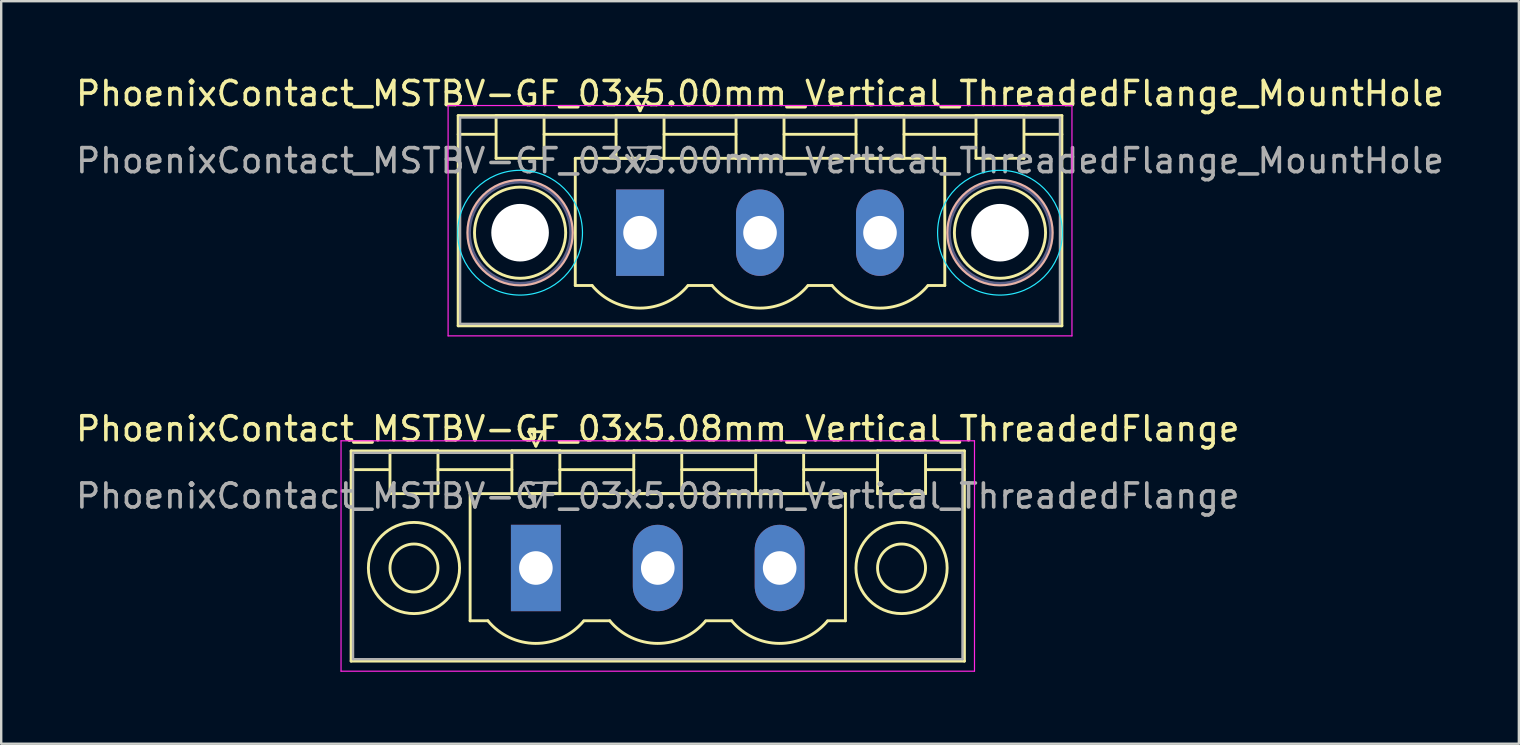
<source format=kicad_pcb>
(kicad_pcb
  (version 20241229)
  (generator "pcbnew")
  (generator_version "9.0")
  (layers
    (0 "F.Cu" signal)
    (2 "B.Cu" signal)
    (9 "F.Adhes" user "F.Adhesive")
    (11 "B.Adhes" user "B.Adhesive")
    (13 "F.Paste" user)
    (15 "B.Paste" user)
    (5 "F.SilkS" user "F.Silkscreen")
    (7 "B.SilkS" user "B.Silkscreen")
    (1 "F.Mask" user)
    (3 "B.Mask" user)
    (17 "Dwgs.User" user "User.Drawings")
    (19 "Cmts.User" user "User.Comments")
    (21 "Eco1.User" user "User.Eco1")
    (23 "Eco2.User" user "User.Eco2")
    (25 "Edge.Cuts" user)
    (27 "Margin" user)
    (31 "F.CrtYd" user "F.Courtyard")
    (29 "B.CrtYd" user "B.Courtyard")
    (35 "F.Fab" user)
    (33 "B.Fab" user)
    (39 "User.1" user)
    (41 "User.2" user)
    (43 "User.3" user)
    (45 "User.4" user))
  (footprint "PhoenixContact_MSTBV-GF_03x5.08mm_Vertical_ThreadedFlange"
    (layer "F.Cu")
    (at 19.283 20.622)
    (property "Reference" "PhoenixContact_MSTBV-GF_03x5.08mm_Vertical_ThreadedFlange" (at 5.08 -5.8 0) (layer "F.SilkS") (effects (font (size 1 1) (thickness 0.15))))
    (attr through_hole)
    (fp_line (start -7.7 -4.88) (end -7.7 3.88) (stroke (width 0.12) (type solid)) (layer "F.SilkS"))
    (fp_line (start -7.7 -4.1) (end -6.16 -4.1) (stroke (width 0.12) (type solid)) (layer "F.SilkS"))
    (fp_line (start -7.7 3.88) (end 17.86 3.88) (stroke (width 0.12) (type solid)) (layer "F.SilkS"))
    (fp_line (start -6.08 -4.88) (end -4.08 -4.88) (stroke (width 0.12) (type solid)) (layer "F.SilkS"))
    (fp_line (start -6.08 -3.1) (end -6.08 -4.88) (stroke (width 0.12) (type solid)) (layer "F.SilkS"))
    (fp_line (start -4.08 -4.88) (end -4.08 -3.1) (stroke (width 0.12) (type solid)) (layer "F.SilkS"))
    (fp_line (start -4.08 -4.1) (end -1 -4.1) (stroke (width 0.12) (type solid)) (layer "F.SilkS"))
    (fp_line (start -4.08 -3.1) (end -6.08 -3.1) (stroke (width 0.12) (type solid)) (layer "F.SilkS"))
    (fp_line (start -2.74 -3.1) (end 12.9 -3.1) (stroke (width 0.12) (type solid)) (layer "F.SilkS"))
    (fp_line (start -2.74 2.2) (end -2.74 -3.1) (stroke (width 0.12) (type solid)) (layer "F.SilkS"))
    (fp_line (start -2 2.2) (end -2.74 2.2) (stroke (width 0.12) (type solid)) (layer "F.SilkS"))
    (fp_line (start -1 -4.88) (end 1 -4.88) (stroke (width 0.12) (type solid)) (layer "F.SilkS"))
    (fp_line (start -1 -3.1) (end -1 -4.88) (stroke (width 0.12) (type solid)) (layer "F.SilkS"))
    (fp_line (start -0.3 -5.68) (end 0.3 -5.68) (stroke (width 0.12) (type solid)) (layer "F.SilkS"))
    (fp_line (start 0 -5.08) (end -0.3 -5.68) (stroke (width 0.12) (type solid)) (layer "F.SilkS"))
    (fp_line (start 0.3 -5.68) (end 0 -5.08) (stroke (width 0.12) (type solid)) (layer "F.SilkS"))
    (fp_line (start 1 -4.88) (end 1 -3.1) (stroke (width 0.12) (type solid)) (layer "F.SilkS"))
    (fp_line (start 1 -4.1) (end 4.08 -4.1) (stroke (width 0.12) (type solid)) (layer "F.SilkS"))
    (fp_line (start 1 -3.1) (end -1 -3.1) (stroke (width 0.12) (type solid)) (layer "F.SilkS"))
    (fp_line (start 2 2.2) (end 3.08 2.2) (stroke (width 0.12) (type solid)) (layer "F.SilkS"))
    (fp_line (start 4.08 -4.88) (end 6.08 -4.88) (stroke (width 0.12) (type solid)) (layer "F.SilkS"))
    (fp_line (start 4.08 -3.1) (end 4.08 -4.88) (stroke (width 0.12) (type solid)) (layer "F.SilkS"))
    (fp_line (start 6.08 -4.88) (end 6.08 -3.1) (stroke (width 0.12) (type solid)) (layer "F.SilkS"))
    (fp_line (start 6.08 -4.1) (end 9.16 -4.1) (stroke (width 0.12) (type solid)) (layer "F.SilkS"))
    (fp_line (start 6.08 -3.1) (end 4.08 -3.1) (stroke (width 0.12) (type solid)) (layer "F.SilkS"))
    (fp_line (start 7.08 2.2) (end 8.16 2.2) (stroke (width 0.12) (type solid)) (layer "F.SilkS"))
    (fp_line (start 9.16 -4.88) (end 11.16 -4.88) (stroke (width 0.12) (type solid)) (layer "F.SilkS"))
    (fp_line (start 9.16 -3.1) (end 9.16 -4.88) (stroke (width 0.12) (type solid)) (layer "F.SilkS"))
    (fp_line (start 11.16 -4.88) (end 11.16 -3.1) (stroke (width 0.12) (type solid)) (layer "F.SilkS"))
    (fp_line (start 11.16 -4.1) (end 14.24 -4.1) (stroke (width 0.12) (type solid)) (layer "F.SilkS"))
    (fp_line (start 11.16 -3.1) (end 9.16 -3.1) (stroke (width 0.12) (type solid)) (layer "F.SilkS"))
    (fp_line (start 12.9 -3.1) (end 12.9 2.2) (stroke (width 0.12) (type solid)) (layer "F.SilkS"))
    (fp_line (start 12.9 2.2) (end 12.16 2.2) (stroke (width 0.12) (type solid)) (layer "F.SilkS"))
    (fp_line (start 14.24 -4.88) (end 16.24 -4.88) (stroke (width 0.12) (type solid)) (layer "F.SilkS"))
    (fp_line (start 14.24 -3.1) (end 14.24 -4.88) (stroke (width 0.12) (type solid)) (layer "F.SilkS"))
    (fp_line (start 16.24 -4.88) (end 16.24 -3.1) (stroke (width 0.12) (type solid)) (layer "F.SilkS"))
    (fp_line (start 16.24 -3.1) (end 14.24 -3.1) (stroke (width 0.12) (type solid)) (layer "F.SilkS"))
    (fp_line (start 17.86 -4.88) (end -7.7 -4.88) (stroke (width 0.12) (type solid)) (layer "F.SilkS"))
    (fp_line (start 17.86 -4.1) (end 16.32 -4.1) (stroke (width 0.12) (type solid)) (layer "F.SilkS"))
    (fp_line (start 17.86 3.88) (end 17.86 -4.88) (stroke (width 0.12) (type solid)) (layer "F.SilkS"))
    (fp_arc (start 1.986842 2.215821) (mid -0.010289 3.142758) (end -2 2.2) (stroke (width 0.12) (type solid)) (layer "F.SilkS"))
    (fp_arc (start 7.066842 2.215821) (mid 5.069711 3.142758) (end 3.08 2.2) (stroke (width 0.12) (type solid)) (layer "F.SilkS"))
    (fp_arc (start 12.146842 2.215821) (mid 10.149711 3.142758) (end 8.16 2.2) (stroke (width 0.12) (type solid)) (layer "F.SilkS"))
    (fp_circle (center -5.08 0) (end -4.08 0) (stroke (width 0.12) (type solid)) (fill no) (layer "F.SilkS"))
    (fp_circle (center -5.08 0) (end -3.18 0) (stroke (width 0.12) (type solid)) (fill no) (layer "F.SilkS"))
    (fp_circle (center 15.24 0) (end 16.24 0) (stroke (width 0.12) (type solid)) (fill no) (layer "F.SilkS"))
    (fp_circle (center 15.24 0) (end 17.14 0) (stroke (width 0.12) (type solid)) (fill no) (layer "F.SilkS"))
    (fp_line (start -8.12 -5.3) (end -8.12 4.3) (stroke (width 0.05) (type solid)) (layer "F.CrtYd"))
    (fp_line (start -8.12 4.3) (end 18.28 4.3) (stroke (width 0.05) (type solid)) (layer "F.CrtYd"))
    (fp_line (start 18.28 -5.3) (end -8.12 -5.3) (stroke (width 0.05) (type solid)) (layer "F.CrtYd"))
    (fp_line (start 18.28 4.3) (end 18.28 -5.3) (stroke (width 0.05) (type solid)) (layer "F.CrtYd"))
    (fp_line (start -7.62 -4.8) (end -7.62 3.8) (stroke (width 0.1) (type solid)) (layer "F.Fab"))
    (fp_line (start -7.62 3.8) (end 17.78 3.8) (stroke (width 0.1) (type solid)) (layer "F.Fab"))
    (fp_line (start -0.5 -3.55) (end 0.5 -3.55) (stroke (width 0.1) (type solid)) (layer "F.Fab"))
    (fp_line (start 0 -2.55) (end -0.5 -3.55) (stroke (width 0.1) (type solid)) (layer "F.Fab"))
    (fp_line (start 0.5 -3.55) (end 0 -2.55) (stroke (width 0.1) (type solid)) (layer "F.Fab"))
    (fp_line (start 17.78 -4.8) (end -7.62 -4.8) (stroke (width 0.1) (type solid)) (layer "F.Fab"))
    (fp_line (start 17.78 3.8) (end 17.78 -4.8) (stroke (width 0.1) (type solid)) (layer "F.Fab"))
    (fp_text user "${REFERENCE}" (at 5.08 -3 0) (layer "F.Fab") (effects (font (size 1 1) (thickness 0.15))))
    (pad "1" thru_hole rect (at 0 0) (size 2.08 3.6) (drill 1.4) (layers "*.Cu" "*.Mask"))
    (pad "2" thru_hole oval (at 5.08 0) (size 2.08 3.6) (drill 1.4) (layers "*.Cu" "*.Mask"))
    (pad "3" thru_hole oval (at 10.16 0) (size 2.08 3.6) (drill 1.4) (layers "*.Cu" "*.Mask")))
  (footprint "PhoenixContact_MSTBV-GF_03x5.00mm_Vertical_ThreadedFlange_MountHole"
    (layer "F.Cu")
    (at 23.625 6.648)
    (property "Reference" "PhoenixContact_MSTBV-GF_03x5.00mm_Vertical_ThreadedFlange_MountHole" (at 5 -5.8 0) (layer "F.SilkS") (effects (font (size 1 1) (thickness 0.15))))
    (attr through_hole)
    (fp_line (start -7.58 -4.88) (end -7.58 3.88) (stroke (width 0.12) (type solid)) (layer "F.SilkS"))
    (fp_line (start -7.58 -4.1) (end -6.08 -4.1) (stroke (width 0.12) (type solid)) (layer "F.SilkS"))
    (fp_line (start -7.58 3.88) (end 17.58 3.88) (stroke (width 0.12) (type solid)) (layer "F.SilkS"))
    (fp_line (start -6 -4.88) (end -4 -4.88) (stroke (width 0.12) (type solid)) (layer "F.SilkS"))
    (fp_line (start -6 -3.1) (end -6 -4.88) (stroke (width 0.12) (type solid)) (layer "F.SilkS"))
    (fp_line (start -4 -4.88) (end -4 -3.1) (stroke (width 0.12) (type solid)) (layer "F.SilkS"))
    (fp_line (start -4 -4.1) (end -1 -4.1) (stroke (width 0.12) (type solid)) (layer "F.SilkS"))
    (fp_line (start -4 -3.1) (end -6 -3.1) (stroke (width 0.12) (type solid)) (layer "F.SilkS"))
    (fp_line (start -2.7 -3.1) (end 12.7 -3.1) (stroke (width 0.12) (type solid)) (layer "F.SilkS"))
    (fp_line (start -2.7 2.2) (end -2.7 -3.1) (stroke (width 0.12) (type solid)) (layer "F.SilkS"))
    (fp_line (start -2 2.2) (end -2.7 2.2) (stroke (width 0.12) (type solid)) (layer "F.SilkS"))
    (fp_line (start -1 -4.88) (end 1 -4.88) (stroke (width 0.12) (type solid)) (layer "F.SilkS"))
    (fp_line (start -1 -3.1) (end -1 -4.88) (stroke (width 0.12) (type solid)) (layer "F.SilkS"))
    (fp_line (start -0.3 -5.68) (end 0.3 -5.68) (stroke (width 0.12) (type solid)) (layer "F.SilkS"))
    (fp_line (start 0 -5.08) (end -0.3 -5.68) (stroke (width 0.12) (type solid)) (layer "F.SilkS"))
    (fp_line (start 0.3 -5.68) (end 0 -5.08) (stroke (width 0.12) (type solid)) (layer "F.SilkS"))
    (fp_line (start 1 -4.88) (end 1 -3.1) (stroke (width 0.12) (type solid)) (layer "F.SilkS"))
    (fp_line (start 1 -4.1) (end 4 -4.1) (stroke (width 0.12) (type solid)) (layer "F.SilkS"))
    (fp_line (start 1 -3.1) (end -1 -3.1) (stroke (width 0.12) (type solid)) (layer "F.SilkS"))
    (fp_line (start 2 2.2) (end 3 2.2) (stroke (width 0.12) (type solid)) (layer "F.SilkS"))
    (fp_line (start 4 -4.88) (end 6 -4.88) (stroke (width 0.12) (type solid)) (layer "F.SilkS"))
    (fp_line (start 4 -3.1) (end 4 -4.88) (stroke (width 0.12) (type solid)) (layer "F.SilkS"))
    (fp_line (start 6 -4.88) (end 6 -3.1) (stroke (width 0.12) (type solid)) (layer "F.SilkS"))
    (fp_line (start 6 -4.1) (end 9 -4.1) (stroke (width 0.12) (type solid)) (layer "F.SilkS"))
    (fp_line (start 6 -3.1) (end 4 -3.1) (stroke (width 0.12) (type solid)) (layer "F.SilkS"))
    (fp_line (start 7 2.2) (end 8 2.2) (stroke (width 0.12) (type solid)) (layer "F.SilkS"))
    (fp_line (start 9 -4.88) (end 11 -4.88) (stroke (width 0.12) (type solid)) (layer "F.SilkS"))
    (fp_line (start 9 -3.1) (end 9 -4.88) (stroke (width 0.12) (type solid)) (layer "F.SilkS"))
    (fp_line (start 11 -4.88) (end 11 -3.1) (stroke (width 0.12) (type solid)) (layer "F.SilkS"))
    (fp_line (start 11 -4.1) (end 14 -4.1) (stroke (width 0.12) (type solid)) (layer "F.SilkS"))
    (fp_line (start 11 -3.1) (end 9 -3.1) (stroke (width 0.12) (type solid)) (layer "F.SilkS"))
    (fp_line (start 12.7 -3.1) (end 12.7 2.2) (stroke (width 0.12) (type solid)) (layer "F.SilkS"))
    (fp_line (start 12.7 2.2) (end 12 2.2) (stroke (width 0.12) (type solid)) (layer "F.SilkS"))
    (fp_line (start 14 -4.88) (end 16 -4.88) (stroke (width 0.12) (type solid)) (layer "F.SilkS"))
    (fp_line (start 14 -3.1) (end 14 -4.88) (stroke (width 0.12) (type solid)) (layer "F.SilkS"))
    (fp_line (start 16 -4.88) (end 16 -3.1) (stroke (width 0.12) (type solid)) (layer "F.SilkS"))
    (fp_line (start 16 -3.1) (end 14 -3.1) (stroke (width 0.12) (type solid)) (layer "F.SilkS"))
    (fp_line (start 17.58 -4.88) (end -7.58 -4.88) (stroke (width 0.12) (type solid)) (layer "F.SilkS"))
    (fp_line (start 17.58 -4.1) (end 16.08 -4.1) (stroke (width 0.12) (type solid)) (layer "F.SilkS"))
    (fp_line (start 17.58 3.88) (end 17.58 -4.88) (stroke (width 0.12) (type solid)) (layer "F.SilkS"))
    (fp_arc (start 1.986842 2.215821) (mid -0.010289 3.142758) (end -2 2.2) (stroke (width 0.12) (type solid)) (layer "F.SilkS"))
    (fp_arc (start 6.986842 2.215821) (mid 4.989711 3.142758) (end 3 2.2) (stroke (width 0.12) (type solid)) (layer "F.SilkS"))
    (fp_arc (start 11.986842 2.215821) (mid 9.989711 3.142758) (end 8 2.2) (stroke (width 0.12) (type solid)) (layer "F.SilkS"))
    (fp_circle (center -5 0) (end -3.1 0) (stroke (width 0.12) (type solid)) (fill no) (layer "F.SilkS"))
    (fp_circle (center 15 0) (end 16.9 0) (stroke (width 0.12) (type solid)) (fill no) (layer "F.SilkS"))
    (fp_circle (center -5 0) (end -2.82 0) (stroke (width 0.12) (type solid)) (fill no) (layer "B.SilkS"))
    (fp_circle (center 15 0) (end 17.18 0) (stroke (width 0.12) (type solid)) (fill no) (layer "B.SilkS"))
    (fp_circle (center -5 0) (end -2.4 0) (stroke (width 0.05) (type solid)) (fill no) (layer "B.CrtYd"))
    (fp_circle (center 15 0) (end 17.6 0) (stroke (width 0.05) (type solid)) (fill no) (layer "B.CrtYd"))
    (fp_line (start -8 -5.3) (end -8 4.3) (stroke (width 0.05) (type solid)) (layer "F.CrtYd"))
    (fp_line (start -8 4.3) (end 18 4.3) (stroke (width 0.05) (type solid)) (layer "F.CrtYd"))
    (fp_line (start 18 -5.3) (end -8 -5.3) (stroke (width 0.05) (type solid)) (layer "F.CrtYd"))
    (fp_line (start 18 4.3) (end 18 -5.3) (stroke (width 0.05) (type solid)) (layer "F.CrtYd"))
    (fp_circle (center -5 0) (end -2.9 0) (stroke (width 0.1) (type solid)) (fill no) (layer "B.Fab"))
    (fp_circle (center 15 0) (end 17.1 0) (stroke (width 0.1) (type solid)) (fill no) (layer "B.Fab"))
    (fp_line (start -7.5 -4.8) (end -7.5 3.8) (stroke (width 0.1) (type solid)) (layer "F.Fab"))
    (fp_line (start -7.5 3.8) (end 17.5 3.8) (stroke (width 0.1) (type solid)) (layer "F.Fab"))
    (fp_line (start -0.5 -3.55) (end 0.5 -3.55) (stroke (width 0.1) (type solid)) (layer "F.Fab"))
    (fp_line (start 0 -2.55) (end -0.5 -3.55) (stroke (width 0.1) (type solid)) (layer "F.Fab"))
    (fp_line (start 0.5 -3.55) (end 0 -2.55) (stroke (width 0.1) (type solid)) (layer "F.Fab"))
    (fp_line (start 17.5 -4.8) (end -7.5 -4.8) (stroke (width 0.1) (type solid)) (layer "F.Fab"))
    (fp_line (start 17.5 3.8) (end 17.5 -4.8) (stroke (width 0.1) (type solid)) (layer "F.Fab"))
    (fp_text user "${REFERENCE}" (at 5 -3 0) (layer "F.Fab") (effects (font (size 1 1) (thickness 0.15))))
    (pad "" np_thru_hole circle (at -5 0) (size 2.4 2.4) (drill 2.4) (layers "*.Cu" "*.Mask"))
    (pad "" np_thru_hole circle (at 15 0) (size 2.4 2.4) (drill 2.4) (layers "*.Cu" "*.Mask"))
    (pad "1" thru_hole rect (at 0 0) (size 2 3.6) (drill 1.4) (layers "*.Cu" "*.Mask"))
    (pad "2" thru_hole oval (at 5 0) (size 2 3.6) (drill 1.4) (layers "*.Cu" "*.Mask"))
    (pad "3" thru_hole oval (at 10 0) (size 2 3.6) (drill 1.4) (layers "*.Cu" "*.Mask")))
  (gr_rect
    (start -3 -3)
    (end 60.25 27.947)
    (stroke (width 0.1) (type default))
    (fill no)
    (layer "Edge.Cuts")))
</source>
